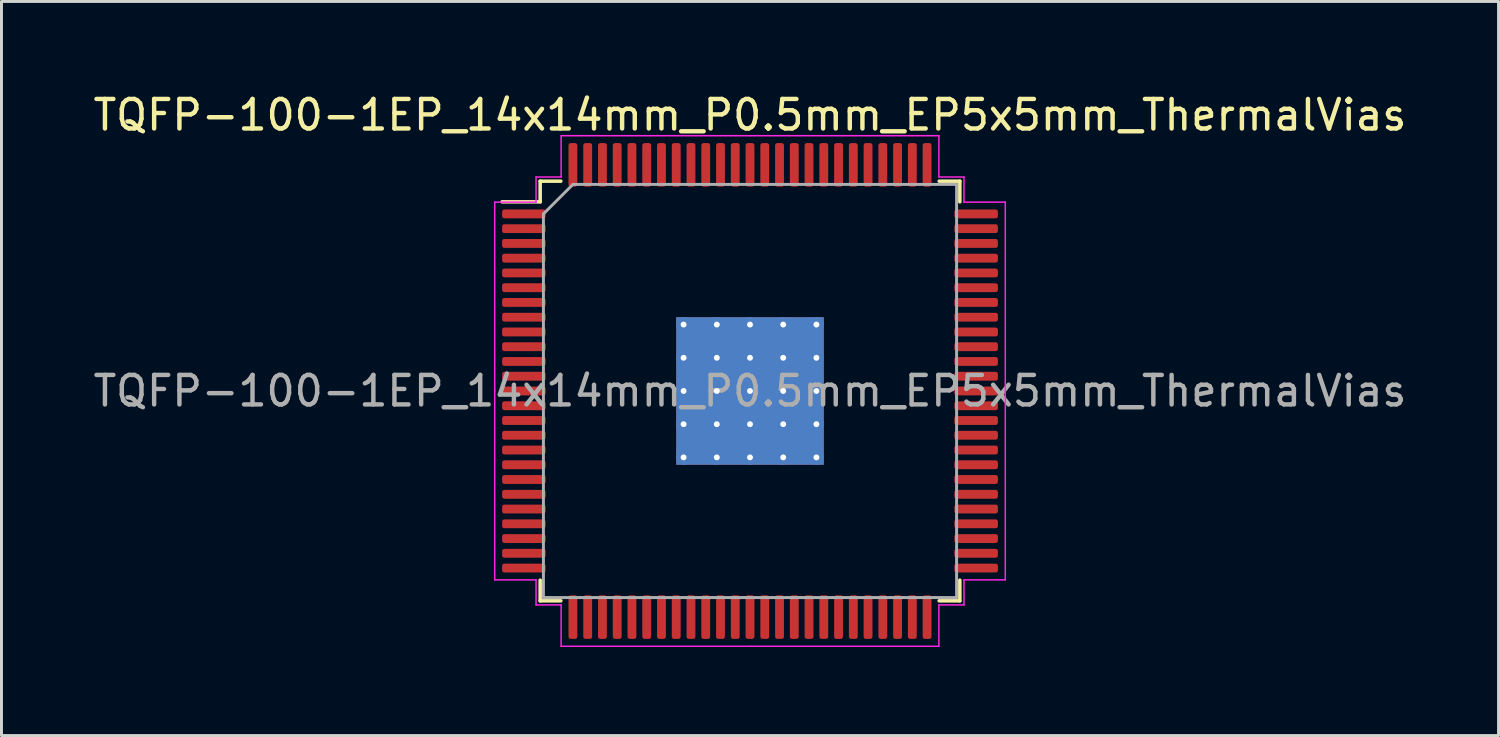
<source format=kicad_pcb>
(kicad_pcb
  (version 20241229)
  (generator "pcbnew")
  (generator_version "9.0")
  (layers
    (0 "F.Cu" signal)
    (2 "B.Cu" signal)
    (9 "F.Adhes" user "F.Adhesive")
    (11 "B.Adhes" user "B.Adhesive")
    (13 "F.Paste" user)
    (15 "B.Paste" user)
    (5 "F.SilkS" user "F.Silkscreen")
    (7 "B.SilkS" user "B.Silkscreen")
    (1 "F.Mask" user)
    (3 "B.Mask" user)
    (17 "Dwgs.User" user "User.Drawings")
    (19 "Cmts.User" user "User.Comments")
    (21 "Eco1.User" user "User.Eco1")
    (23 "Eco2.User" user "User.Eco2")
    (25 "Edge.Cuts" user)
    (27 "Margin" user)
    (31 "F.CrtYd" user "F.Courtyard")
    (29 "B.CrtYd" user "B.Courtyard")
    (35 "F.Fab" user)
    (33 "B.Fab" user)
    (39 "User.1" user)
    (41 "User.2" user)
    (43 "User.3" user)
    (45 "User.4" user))
  (footprint "TQFP-100-1EP_14x14mm_P0.5mm_EP5x5mm_ThermalVias"
    (layer "F.Cu")
    (at 22.363 10.198)
    (property "Reference" "TQFP-100-1EP_14x14mm_P0.5mm_EP5x5mm_ThermalVias" (at 0 -9.35 0) (layer "F.SilkS") (effects (font (size 1 1) (thickness 0.15))))
    (attr smd)
    (fp_line (start -7.11 -7.11) (end -7.11 -6.41) (stroke (width 0.12) (type solid)) (layer "F.SilkS"))
    (fp_line (start -7.11 -6.41) (end -8.4 -6.41) (stroke (width 0.12) (type solid)) (layer "F.SilkS"))
    (fp_line (start -7.11 7.11) (end -7.11 6.41) (stroke (width 0.12) (type solid)) (layer "F.SilkS"))
    (fp_line (start -6.41 -7.11) (end -7.11 -7.11) (stroke (width 0.12) (type solid)) (layer "F.SilkS"))
    (fp_line (start -6.41 7.11) (end -7.11 7.11) (stroke (width 0.12) (type solid)) (layer "F.SilkS"))
    (fp_line (start 6.41 -7.11) (end 7.11 -7.11) (stroke (width 0.12) (type solid)) (layer "F.SilkS"))
    (fp_line (start 6.41 7.11) (end 7.11 7.11) (stroke (width 0.12) (type solid)) (layer "F.SilkS"))
    (fp_line (start 7.11 -7.11) (end 7.11 -6.41) (stroke (width 0.12) (type solid)) (layer "F.SilkS"))
    (fp_line (start 7.11 7.11) (end 7.11 6.41) (stroke (width 0.12) (type solid)) (layer "F.SilkS"))
    (fp_line (start -8.65 -6.4) (end -8.65 0) (stroke (width 0.05) (type solid)) (layer "F.CrtYd"))
    (fp_line (start -8.65 6.4) (end -8.65 0) (stroke (width 0.05) (type solid)) (layer "F.CrtYd"))
    (fp_line (start -7.25 -7.25) (end -7.25 -6.4) (stroke (width 0.05) (type solid)) (layer "F.CrtYd"))
    (fp_line (start -7.25 -6.4) (end -8.65 -6.4) (stroke (width 0.05) (type solid)) (layer "F.CrtYd"))
    (fp_line (start -7.25 6.4) (end -8.65 6.4) (stroke (width 0.05) (type solid)) (layer "F.CrtYd"))
    (fp_line (start -7.25 7.25) (end -7.25 6.4) (stroke (width 0.05) (type solid)) (layer "F.CrtYd"))
    (fp_line (start -6.4 -8.65) (end -6.4 -7.25) (stroke (width 0.05) (type solid)) (layer "F.CrtYd"))
    (fp_line (start -6.4 -7.25) (end -7.25 -7.25) (stroke (width 0.05) (type solid)) (layer "F.CrtYd"))
    (fp_line (start -6.4 7.25) (end -7.25 7.25) (stroke (width 0.05) (type solid)) (layer "F.CrtYd"))
    (fp_line (start -6.4 8.65) (end -6.4 7.25) (stroke (width 0.05) (type solid)) (layer "F.CrtYd"))
    (fp_line (start 0 -8.65) (end -6.4 -8.65) (stroke (width 0.05) (type solid)) (layer "F.CrtYd"))
    (fp_line (start 0 -8.65) (end 6.4 -8.65) (stroke (width 0.05) (type solid)) (layer "F.CrtYd"))
    (fp_line (start 0 8.65) (end -6.4 8.65) (stroke (width 0.05) (type solid)) (layer "F.CrtYd"))
    (fp_line (start 0 8.65) (end 6.4 8.65) (stroke (width 0.05) (type solid)) (layer "F.CrtYd"))
    (fp_line (start 6.4 -8.65) (end 6.4 -7.25) (stroke (width 0.05) (type solid)) (layer "F.CrtYd"))
    (fp_line (start 6.4 -7.25) (end 7.25 -7.25) (stroke (width 0.05) (type solid)) (layer "F.CrtYd"))
    (fp_line (start 6.4 7.25) (end 7.25 7.25) (stroke (width 0.05) (type solid)) (layer "F.CrtYd"))
    (fp_line (start 6.4 8.65) (end 6.4 7.25) (stroke (width 0.05) (type solid)) (layer "F.CrtYd"))
    (fp_line (start 7.25 -7.25) (end 7.25 -6.4) (stroke (width 0.05) (type solid)) (layer "F.CrtYd"))
    (fp_line (start 7.25 -6.4) (end 8.65 -6.4) (stroke (width 0.05) (type solid)) (layer "F.CrtYd"))
    (fp_line (start 7.25 6.4) (end 8.65 6.4) (stroke (width 0.05) (type solid)) (layer "F.CrtYd"))
    (fp_line (start 7.25 7.25) (end 7.25 6.4) (stroke (width 0.05) (type solid)) (layer "F.CrtYd"))
    (fp_line (start 8.65 -6.4) (end 8.65 0) (stroke (width 0.05) (type solid)) (layer "F.CrtYd"))
    (fp_line (start 8.65 6.4) (end 8.65 0) (stroke (width 0.05) (type solid)) (layer "F.CrtYd"))
    (fp_line (start -7 -6) (end -6 -7) (stroke (width 0.1) (type solid)) (layer "F.Fab"))
    (fp_line (start -7 7) (end -7 -6) (stroke (width 0.1) (type solid)) (layer "F.Fab"))
    (fp_line (start -6 -7) (end 7 -7) (stroke (width 0.1) (type solid)) (layer "F.Fab"))
    (fp_line (start 7 -7) (end 7 7) (stroke (width 0.1) (type solid)) (layer "F.Fab"))
    (fp_line (start 7 7) (end -7 7) (stroke (width 0.1) (type solid)) (layer "F.Fab"))
    (fp_text user "${REFERENCE}" (at 0 0 0) (layer "F.Fab") (effects (font (size 1 1) (thickness 0.15))))
    (pad "" smd custom (at -1.688 -1.688) (size 0.891 0.891) (layers "F.Paste") (options (anchor circle)) (primitives (gr_poly (pts (xy 0.387 -0.29) (xy 0.387 0.29) (xy 0.29 0.387) (xy -0.29 0.387) (xy -0.387 0.29) (xy -0.387 -0.29) (xy -0.29 -0.387) (xy 0.29 -0.387)) (width 0.234) (fill yes))))
    (pad "" smd custom (at -1.688 -0.562) (size 0.891 0.891) (layers "F.Paste") (options (anchor circle)) (primitives (gr_poly (pts (xy 0.387 -0.29) (xy 0.387 0.29) (xy 0.29 0.387) (xy -0.29 0.387) (xy -0.387 0.29) (xy -0.387 -0.29) (xy -0.29 -0.387) (xy 0.29 -0.387)) (width 0.234) (fill yes))))
    (pad "" smd custom (at -1.688 0.562) (size 0.891 0.891) (layers "F.Paste") (options (anchor circle)) (primitives (gr_poly (pts (xy 0.387 -0.29) (xy 0.387 0.29) (xy 0.29 0.387) (xy -0.29 0.387) (xy -0.387 0.29) (xy -0.387 -0.29) (xy -0.29 -0.387) (xy 0.29 -0.387)) (width 0.234) (fill yes))))
    (pad "" smd custom (at -1.688 1.688) (size 0.891 0.891) (layers "F.Paste") (options (anchor circle)) (primitives (gr_poly (pts (xy 0.387 -0.29) (xy 0.387 0.29) (xy 0.29 0.387) (xy -0.29 0.387) (xy -0.387 0.29) (xy -0.387 -0.29) (xy -0.29 -0.387) (xy 0.29 -0.387)) (width 0.234) (fill yes))))
    (pad "" smd custom (at -0.562 -1.688) (size 0.891 0.891) (layers "F.Paste") (options (anchor circle)) (primitives (gr_poly (pts (xy 0.387 -0.29) (xy 0.387 0.29) (xy 0.29 0.387) (xy -0.29 0.387) (xy -0.387 0.29) (xy -0.387 -0.29) (xy -0.29 -0.387) (xy 0.29 -0.387)) (width 0.234) (fill yes))))
    (pad "" smd custom (at -0.562 -0.562) (size 0.891 0.891) (layers "F.Paste") (options (anchor circle)) (primitives (gr_poly (pts (xy 0.387 -0.29) (xy 0.387 0.29) (xy 0.29 0.387) (xy -0.29 0.387) (xy -0.387 0.29) (xy -0.387 -0.29) (xy -0.29 -0.387) (xy 0.29 -0.387)) (width 0.234) (fill yes))))
    (pad "" smd custom (at -0.562 0.562) (size 0.891 0.891) (layers "F.Paste") (options (anchor circle)) (primitives (gr_poly (pts (xy 0.387 -0.29) (xy 0.387 0.29) (xy 0.29 0.387) (xy -0.29 0.387) (xy -0.387 0.29) (xy -0.387 -0.29) (xy -0.29 -0.387) (xy 0.29 -0.387)) (width 0.234) (fill yes))))
    (pad "" smd custom (at -0.562 1.688) (size 0.891 0.891) (layers "F.Paste") (options (anchor circle)) (primitives (gr_poly (pts (xy 0.387 -0.29) (xy 0.387 0.29) (xy 0.29 0.387) (xy -0.29 0.387) (xy -0.387 0.29) (xy -0.387 -0.29) (xy -0.29 -0.387) (xy 0.29 -0.387)) (width 0.234) (fill yes))))
    (pad "" smd custom (at 0.562 -1.688) (size 0.891 0.891) (layers "F.Paste") (options (anchor circle)) (primitives (gr_poly (pts (xy 0.387 -0.29) (xy 0.387 0.29) (xy 0.29 0.387) (xy -0.29 0.387) (xy -0.387 0.29) (xy -0.387 -0.29) (xy -0.29 -0.387) (xy 0.29 -0.387)) (width 0.234) (fill yes))))
    (pad "" smd custom (at 0.562 -0.562) (size 0.891 0.891) (layers "F.Paste") (options (anchor circle)) (primitives (gr_poly (pts (xy 0.387 -0.29) (xy 0.387 0.29) (xy 0.29 0.387) (xy -0.29 0.387) (xy -0.387 0.29) (xy -0.387 -0.29) (xy -0.29 -0.387) (xy 0.29 -0.387)) (width 0.234) (fill yes))))
    (pad "" smd custom (at 0.562 0.562) (size 0.891 0.891) (layers "F.Paste") (options (anchor circle)) (primitives (gr_poly (pts (xy 0.387 -0.29) (xy 0.387 0.29) (xy 0.29 0.387) (xy -0.29 0.387) (xy -0.387 0.29) (xy -0.387 -0.29) (xy -0.29 -0.387) (xy 0.29 -0.387)) (width 0.234) (fill yes))))
    (pad "" smd custom (at 0.562 1.688) (size 0.891 0.891) (layers "F.Paste") (options (anchor circle)) (primitives (gr_poly (pts (xy 0.387 -0.29) (xy 0.387 0.29) (xy 0.29 0.387) (xy -0.29 0.387) (xy -0.387 0.29) (xy -0.387 -0.29) (xy -0.29 -0.387) (xy 0.29 -0.387)) (width 0.234) (fill yes))))
    (pad "" smd custom (at 1.688 -1.688) (size 0.891 0.891) (layers "F.Paste") (options (anchor circle)) (primitives (gr_poly (pts (xy 0.387 -0.29) (xy 0.387 0.29) (xy 0.29 0.387) (xy -0.29 0.387) (xy -0.387 0.29) (xy -0.387 -0.29) (xy -0.29 -0.387) (xy 0.29 -0.387)) (width 0.234) (fill yes))))
    (pad "" smd custom (at 1.688 -0.562) (size 0.891 0.891) (layers "F.Paste") (options (anchor circle)) (primitives (gr_poly (pts (xy 0.387 -0.29) (xy 0.387 0.29) (xy 0.29 0.387) (xy -0.29 0.387) (xy -0.387 0.29) (xy -0.387 -0.29) (xy -0.29 -0.387) (xy 0.29 -0.387)) (width 0.234) (fill yes))))
    (pad "" smd custom (at 1.688 0.562) (size 0.891 0.891) (layers "F.Paste") (options (anchor circle)) (primitives (gr_poly (pts (xy 0.387 -0.29) (xy 0.387 0.29) (xy 0.29 0.387) (xy -0.29 0.387) (xy -0.387 0.29) (xy -0.387 -0.29) (xy -0.29 -0.387) (xy 0.29 -0.387)) (width 0.234) (fill yes))))
    (pad "" smd custom (at 1.688 1.688) (size 0.891 0.891) (layers "F.Paste") (options (anchor circle)) (primitives (gr_poly (pts (xy 0.387 -0.29) (xy 0.387 0.29) (xy 0.29 0.387) (xy -0.29 0.387) (xy -0.387 0.29) (xy -0.387 -0.29) (xy -0.29 -0.387) (xy 0.29 -0.387)) (width 0.234) (fill yes))))
    (pad "1" smd roundrect (at -7.662 -6) (size 1.475 0.3) (layers "F.Cu" "F.Mask" "F.Paste") (roundrect_rratio 0.25))
    (pad "2" smd roundrect (at -7.662 -5.5) (size 1.475 0.3) (layers "F.Cu" "F.Mask" "F.Paste") (roundrect_rratio 0.25))
    (pad "3" smd roundrect (at -7.662 -5) (size 1.475 0.3) (layers "F.Cu" "F.Mask" "F.Paste") (roundrect_rratio 0.25))
    (pad "4" smd roundrect (at -7.662 -4.5) (size 1.475 0.3) (layers "F.Cu" "F.Mask" "F.Paste") (roundrect_rratio 0.25))
    (pad "5" smd roundrect (at -7.662 -4) (size 1.475 0.3) (layers "F.Cu" "F.Mask" "F.Paste") (roundrect_rratio 0.25))
    (pad "6" smd roundrect (at -7.662 -3.5) (size 1.475 0.3) (layers "F.Cu" "F.Mask" "F.Paste") (roundrect_rratio 0.25))
    (pad "7" smd roundrect (at -7.662 -3) (size 1.475 0.3) (layers "F.Cu" "F.Mask" "F.Paste") (roundrect_rratio 0.25))
    (pad "8" smd roundrect (at -7.662 -2.5) (size 1.475 0.3) (layers "F.Cu" "F.Mask" "F.Paste") (roundrect_rratio 0.25))
    (pad "9" smd roundrect (at -7.662 -2) (size 1.475 0.3) (layers "F.Cu" "F.Mask" "F.Paste") (roundrect_rratio 0.25))
    (pad "10" smd roundrect (at -7.662 -1.5) (size 1.475 0.3) (layers "F.Cu" "F.Mask" "F.Paste") (roundrect_rratio 0.25))
    (pad "11" smd roundrect (at -7.662 -1) (size 1.475 0.3) (layers "F.Cu" "F.Mask" "F.Paste") (roundrect_rratio 0.25))
    (pad "12" smd roundrect (at -7.662 -0.5) (size 1.475 0.3) (layers "F.Cu" "F.Mask" "F.Paste") (roundrect_rratio 0.25))
    (pad "13" smd roundrect (at -7.662 0) (size 1.475 0.3) (layers "F.Cu" "F.Mask" "F.Paste") (roundrect_rratio 0.25))
    (pad "14" smd roundrect (at -7.662 0.5) (size 1.475 0.3) (layers "F.Cu" "F.Mask" "F.Paste") (roundrect_rratio 0.25))
    (pad "15" smd roundrect (at -7.662 1) (size 1.475 0.3) (layers "F.Cu" "F.Mask" "F.Paste") (roundrect_rratio 0.25))
    (pad "16" smd roundrect (at -7.662 1.5) (size 1.475 0.3) (layers "F.Cu" "F.Mask" "F.Paste") (roundrect_rratio 0.25))
    (pad "17" smd roundrect (at -7.662 2) (size 1.475 0.3) (layers "F.Cu" "F.Mask" "F.Paste") (roundrect_rratio 0.25))
    (pad "18" smd roundrect (at -7.662 2.5) (size 1.475 0.3) (layers "F.Cu" "F.Mask" "F.Paste") (roundrect_rratio 0.25))
    (pad "19" smd roundrect (at -7.662 3) (size 1.475 0.3) (layers "F.Cu" "F.Mask" "F.Paste") (roundrect_rratio 0.25))
    (pad "20" smd roundrect (at -7.662 3.5) (size 1.475 0.3) (layers "F.Cu" "F.Mask" "F.Paste") (roundrect_rratio 0.25))
    (pad "21" smd roundrect (at -7.662 4) (size 1.475 0.3) (layers "F.Cu" "F.Mask" "F.Paste") (roundrect_rratio 0.25))
    (pad "22" smd roundrect (at -7.662 4.5) (size 1.475 0.3) (layers "F.Cu" "F.Mask" "F.Paste") (roundrect_rratio 0.25))
    (pad "23" smd roundrect (at -7.662 5) (size 1.475 0.3) (layers "F.Cu" "F.Mask" "F.Paste") (roundrect_rratio 0.25))
    (pad "24" smd roundrect (at -7.662 5.5) (size 1.475 0.3) (layers "F.Cu" "F.Mask" "F.Paste") (roundrect_rratio 0.25))
    (pad "25" smd roundrect (at -7.662 6) (size 1.475 0.3) (layers "F.Cu" "F.Mask" "F.Paste") (roundrect_rratio 0.25))
    (pad "26" smd roundrect (at -6 7.662) (size 0.3 1.475) (layers "F.Cu" "F.Mask" "F.Paste") (roundrect_rratio 0.25))
    (pad "27" smd roundrect (at -5.5 7.662) (size 0.3 1.475) (layers "F.Cu" "F.Mask" "F.Paste") (roundrect_rratio 0.25))
    (pad "28" smd roundrect (at -5 7.662) (size 0.3 1.475) (layers "F.Cu" "F.Mask" "F.Paste") (roundrect_rratio 0.25))
    (pad "29" smd roundrect (at -4.5 7.662) (size 0.3 1.475) (layers "F.Cu" "F.Mask" "F.Paste") (roundrect_rratio 0.25))
    (pad "30" smd roundrect (at -4 7.662) (size 0.3 1.475) (layers "F.Cu" "F.Mask" "F.Paste") (roundrect_rratio 0.25))
    (pad "31" smd roundrect (at -3.5 7.662) (size 0.3 1.475) (layers "F.Cu" "F.Mask" "F.Paste") (roundrect_rratio 0.25))
    (pad "32" smd roundrect (at -3 7.662) (size 0.3 1.475) (layers "F.Cu" "F.Mask" "F.Paste") (roundrect_rratio 0.25))
    (pad "33" smd roundrect (at -2.5 7.662) (size 0.3 1.475) (layers "F.Cu" "F.Mask" "F.Paste") (roundrect_rratio 0.25))
    (pad "34" smd roundrect (at -2 7.662) (size 0.3 1.475) (layers "F.Cu" "F.Mask" "F.Paste") (roundrect_rratio 0.25))
    (pad "35" smd roundrect (at -1.5 7.662) (size 0.3 1.475) (layers "F.Cu" "F.Mask" "F.Paste") (roundrect_rratio 0.25))
    (pad "36" smd roundrect (at -1 7.662) (size 0.3 1.475) (layers "F.Cu" "F.Mask" "F.Paste") (roundrect_rratio 0.25))
    (pad "37" smd roundrect (at -0.5 7.662) (size 0.3 1.475) (layers "F.Cu" "F.Mask" "F.Paste") (roundrect_rratio 0.25))
    (pad "38" smd roundrect (at 0 7.662) (size 0.3 1.475) (layers "F.Cu" "F.Mask" "F.Paste") (roundrect_rratio 0.25))
    (pad "39" smd roundrect (at 0.5 7.662) (size 0.3 1.475) (layers "F.Cu" "F.Mask" "F.Paste") (roundrect_rratio 0.25))
    (pad "40" smd roundrect (at 1 7.662) (size 0.3 1.475) (layers "F.Cu" "F.Mask" "F.Paste") (roundrect_rratio 0.25))
    (pad "41" smd roundrect (at 1.5 7.662) (size 0.3 1.475) (layers "F.Cu" "F.Mask" "F.Paste") (roundrect_rratio 0.25))
    (pad "42" smd roundrect (at 2 7.662) (size 0.3 1.475) (layers "F.Cu" "F.Mask" "F.Paste") (roundrect_rratio 0.25))
    (pad "43" smd roundrect (at 2.5 7.662) (size 0.3 1.475) (layers "F.Cu" "F.Mask" "F.Paste") (roundrect_rratio 0.25))
    (pad "44" smd roundrect (at 3 7.662) (size 0.3 1.475) (layers "F.Cu" "F.Mask" "F.Paste") (roundrect_rratio 0.25))
    (pad "45" smd roundrect (at 3.5 7.662) (size 0.3 1.475) (layers "F.Cu" "F.Mask" "F.Paste") (roundrect_rratio 0.25))
    (pad "46" smd roundrect (at 4 7.662) (size 0.3 1.475) (layers "F.Cu" "F.Mask" "F.Paste") (roundrect_rratio 0.25))
    (pad "47" smd roundrect (at 4.5 7.662) (size 0.3 1.475) (layers "F.Cu" "F.Mask" "F.Paste") (roundrect_rratio 0.25))
    (pad "48" smd roundrect (at 5 7.662) (size 0.3 1.475) (layers "F.Cu" "F.Mask" "F.Paste") (roundrect_rratio 0.25))
    (pad "49" smd roundrect (at 5.5 7.662) (size 0.3 1.475) (layers "F.Cu" "F.Mask" "F.Paste") (roundrect_rratio 0.25))
    (pad "50" smd roundrect (at 6 7.662) (size 0.3 1.475) (layers "F.Cu" "F.Mask" "F.Paste") (roundrect_rratio 0.25))
    (pad "51" smd roundrect (at 7.662 6) (size 1.475 0.3) (layers "F.Cu" "F.Mask" "F.Paste") (roundrect_rratio 0.25))
    (pad "52" smd roundrect (at 7.662 5.5) (size 1.475 0.3) (layers "F.Cu" "F.Mask" "F.Paste") (roundrect_rratio 0.25))
    (pad "53" smd roundrect (at 7.662 5) (size 1.475 0.3) (layers "F.Cu" "F.Mask" "F.Paste") (roundrect_rratio 0.25))
    (pad "54" smd roundrect (at 7.662 4.5) (size 1.475 0.3) (layers "F.Cu" "F.Mask" "F.Paste") (roundrect_rratio 0.25))
    (pad "55" smd roundrect (at 7.662 4) (size 1.475 0.3) (layers "F.Cu" "F.Mask" "F.Paste") (roundrect_rratio 0.25))
    (pad "56" smd roundrect (at 7.662 3.5) (size 1.475 0.3) (layers "F.Cu" "F.Mask" "F.Paste") (roundrect_rratio 0.25))
    (pad "57" smd roundrect (at 7.662 3) (size 1.475 0.3) (layers "F.Cu" "F.Mask" "F.Paste") (roundrect_rratio 0.25))
    (pad "58" smd roundrect (at 7.662 2.5) (size 1.475 0.3) (layers "F.Cu" "F.Mask" "F.Paste") (roundrect_rratio 0.25))
    (pad "59" smd roundrect (at 7.662 2) (size 1.475 0.3) (layers "F.Cu" "F.Mask" "F.Paste") (roundrect_rratio 0.25))
    (pad "60" smd roundrect (at 7.662 1.5) (size 1.475 0.3) (layers "F.Cu" "F.Mask" "F.Paste") (roundrect_rratio 0.25))
    (pad "61" smd roundrect (at 7.662 1) (size 1.475 0.3) (layers "F.Cu" "F.Mask" "F.Paste") (roundrect_rratio 0.25))
    (pad "62" smd roundrect (at 7.662 0.5) (size 1.475 0.3) (layers "F.Cu" "F.Mask" "F.Paste") (roundrect_rratio 0.25))
    (pad "63" smd roundrect (at 7.662 0) (size 1.475 0.3) (layers "F.Cu" "F.Mask" "F.Paste") (roundrect_rratio 0.25))
    (pad "64" smd roundrect (at 7.662 -0.5) (size 1.475 0.3) (layers "F.Cu" "F.Mask" "F.Paste") (roundrect_rratio 0.25))
    (pad "65" smd roundrect (at 7.662 -1) (size 1.475 0.3) (layers "F.Cu" "F.Mask" "F.Paste") (roundrect_rratio 0.25))
    (pad "66" smd roundrect (at 7.662 -1.5) (size 1.475 0.3) (layers "F.Cu" "F.Mask" "F.Paste") (roundrect_rratio 0.25))
    (pad "67" smd roundrect (at 7.662 -2) (size 1.475 0.3) (layers "F.Cu" "F.Mask" "F.Paste") (roundrect_rratio 0.25))
    (pad "68" smd roundrect (at 7.662 -2.5) (size 1.475 0.3) (layers "F.Cu" "F.Mask" "F.Paste") (roundrect_rratio 0.25))
    (pad "69" smd roundrect (at 7.662 -3) (size 1.475 0.3) (layers "F.Cu" "F.Mask" "F.Paste") (roundrect_rratio 0.25))
    (pad "70" smd roundrect (at 7.662 -3.5) (size 1.475 0.3) (layers "F.Cu" "F.Mask" "F.Paste") (roundrect_rratio 0.25))
    (pad "71" smd roundrect (at 7.662 -4) (size 1.475 0.3) (layers "F.Cu" "F.Mask" "F.Paste") (roundrect_rratio 0.25))
    (pad "72" smd roundrect (at 7.662 -4.5) (size 1.475 0.3) (layers "F.Cu" "F.Mask" "F.Paste") (roundrect_rratio 0.25))
    (pad "73" smd roundrect (at 7.662 -5) (size 1.475 0.3) (layers "F.Cu" "F.Mask" "F.Paste") (roundrect_rratio 0.25))
    (pad "74" smd roundrect (at 7.662 -5.5) (size 1.475 0.3) (layers "F.Cu" "F.Mask" "F.Paste") (roundrect_rratio 0.25))
    (pad "75" smd roundrect (at 7.662 -6) (size 1.475 0.3) (layers "F.Cu" "F.Mask" "F.Paste") (roundrect_rratio 0.25))
    (pad "76" smd roundrect (at 6 -7.662) (size 0.3 1.475) (layers "F.Cu" "F.Mask" "F.Paste") (roundrect_rratio 0.25))
    (pad "77" smd roundrect (at 5.5 -7.662) (size 0.3 1.475) (layers "F.Cu" "F.Mask" "F.Paste") (roundrect_rratio 0.25))
    (pad "78" smd roundrect (at 5 -7.662) (size 0.3 1.475) (layers "F.Cu" "F.Mask" "F.Paste") (roundrect_rratio 0.25))
    (pad "79" smd roundrect (at 4.5 -7.662) (size 0.3 1.475) (layers "F.Cu" "F.Mask" "F.Paste") (roundrect_rratio 0.25))
    (pad "80" smd roundrect (at 4 -7.662) (size 0.3 1.475) (layers "F.Cu" "F.Mask" "F.Paste") (roundrect_rratio 0.25))
    (pad "81" smd roundrect (at 3.5 -7.662) (size 0.3 1.475) (layers "F.Cu" "F.Mask" "F.Paste") (roundrect_rratio 0.25))
    (pad "82" smd roundrect (at 3 -7.662) (size 0.3 1.475) (layers "F.Cu" "F.Mask" "F.Paste") (roundrect_rratio 0.25))
    (pad "83" smd roundrect (at 2.5 -7.662) (size 0.3 1.475) (layers "F.Cu" "F.Mask" "F.Paste") (roundrect_rratio 0.25))
    (pad "84" smd roundrect (at 2 -7.662) (size 0.3 1.475) (layers "F.Cu" "F.Mask" "F.Paste") (roundrect_rratio 0.25))
    (pad "85" smd roundrect (at 1.5 -7.662) (size 0.3 1.475) (layers "F.Cu" "F.Mask" "F.Paste") (roundrect_rratio 0.25))
    (pad "86" smd roundrect (at 1 -7.662) (size 0.3 1.475) (layers "F.Cu" "F.Mask" "F.Paste") (roundrect_rratio 0.25))
    (pad "87" smd roundrect (at 0.5 -7.662) (size 0.3 1.475) (layers "F.Cu" "F.Mask" "F.Paste") (roundrect_rratio 0.25))
    (pad "88" smd roundrect (at 0 -7.662) (size 0.3 1.475) (layers "F.Cu" "F.Mask" "F.Paste") (roundrect_rratio 0.25))
    (pad "89" smd roundrect (at -0.5 -7.662) (size 0.3 1.475) (layers "F.Cu" "F.Mask" "F.Paste") (roundrect_rratio 0.25))
    (pad "90" smd roundrect (at -1 -7.662) (size 0.3 1.475) (layers "F.Cu" "F.Mask" "F.Paste") (roundrect_rratio 0.25))
    (pad "91" smd roundrect (at -1.5 -7.662) (size 0.3 1.475) (layers "F.Cu" "F.Mask" "F.Paste") (roundrect_rratio 0.25))
    (pad "92" smd roundrect (at -2 -7.662) (size 0.3 1.475) (layers "F.Cu" "F.Mask" "F.Paste") (roundrect_rratio 0.25))
    (pad "93" smd roundrect (at -2.5 -7.662) (size 0.3 1.475) (layers "F.Cu" "F.Mask" "F.Paste") (roundrect_rratio 0.25))
    (pad "94" smd roundrect (at -3 -7.662) (size 0.3 1.475) (layers "F.Cu" "F.Mask" "F.Paste") (roundrect_rratio 0.25))
    (pad "95" smd roundrect (at -3.5 -7.662) (size 0.3 1.475) (layers "F.Cu" "F.Mask" "F.Paste") (roundrect_rratio 0.25))
    (pad "96" smd roundrect (at -4 -7.662) (size 0.3 1.475) (layers "F.Cu" "F.Mask" "F.Paste") (roundrect_rratio 0.25))
    (pad "97" smd roundrect (at -4.5 -7.662) (size 0.3 1.475) (layers "F.Cu" "F.Mask" "F.Paste") (roundrect_rratio 0.25))
    (pad "98" smd roundrect (at -5 -7.662) (size 0.3 1.475) (layers "F.Cu" "F.Mask" "F.Paste") (roundrect_rratio 0.25))
    (pad "99" smd roundrect (at -5.5 -7.662) (size 0.3 1.475) (layers "F.Cu" "F.Mask" "F.Paste") (roundrect_rratio 0.25))
    (pad "100" smd roundrect (at -6 -7.662) (size 0.3 1.475) (layers "F.Cu" "F.Mask" "F.Paste") (roundrect_rratio 0.25))
    (pad "101" thru_hole circle (at -2.25 -2.25) (size 0.5 0.5) (drill 0.2) (layers "*.Cu"))
    (pad "101" thru_hole circle (at -2.25 -1.125) (size 0.5 0.5) (drill 0.2) (layers "*.Cu"))
    (pad "101" thru_hole circle (at -2.25 0) (size 0.5 0.5) (drill 0.2) (layers "*.Cu"))
    (pad "101" thru_hole circle (at -2.25 1.125) (size 0.5 0.5) (drill 0.2) (layers "*.Cu"))
    (pad "101" thru_hole circle (at -2.25 2.25) (size 0.5 0.5) (drill 0.2) (layers "*.Cu"))
    (pad "101" thru_hole circle (at -1.125 -2.25) (size 0.5 0.5) (drill 0.2) (layers "*.Cu"))
    (pad "101" thru_hole circle (at -1.125 -1.125) (size 0.5 0.5) (drill 0.2) (layers "*.Cu"))
    (pad "101" thru_hole circle (at -1.125 0) (size 0.5 0.5) (drill 0.2) (layers "*.Cu"))
    (pad "101" thru_hole circle (at -1.125 1.125) (size 0.5 0.5) (drill 0.2) (layers "*.Cu"))
    (pad "101" thru_hole circle (at -1.125 2.25) (size 0.5 0.5) (drill 0.2) (layers "*.Cu"))
    (pad "101" thru_hole circle (at 0 -2.25) (size 0.5 0.5) (drill 0.2) (layers "*.Cu"))
    (pad "101" thru_hole circle (at 0 -1.125) (size 0.5 0.5) (drill 0.2) (layers "*.Cu"))
    (pad "101" thru_hole circle (at 0 0) (size 0.5 0.5) (drill 0.2) (layers "*.Cu"))
    (pad "101" smd rect (at 0 0) (size 5 5) (layers "F.Cu" "F.Mask"))
    (pad "101" smd rect (at 0 0) (size 5 5) (layers "B.Cu"))
    (pad "101" thru_hole circle (at 0 1.125) (size 0.5 0.5) (drill 0.2) (layers "*.Cu"))
    (pad "101" thru_hole circle (at 0 2.25) (size 0.5 0.5) (drill 0.2) (layers "*.Cu"))
    (pad "101" thru_hole circle (at 1.125 -2.25) (size 0.5 0.5) (drill 0.2) (layers "*.Cu"))
    (pad "101" thru_hole circle (at 1.125 -1.125) (size 0.5 0.5) (drill 0.2) (layers "*.Cu"))
    (pad "101" thru_hole circle (at 1.125 0) (size 0.5 0.5) (drill 0.2) (layers "*.Cu"))
    (pad "101" thru_hole circle (at 1.125 1.125) (size 0.5 0.5) (drill 0.2) (layers "*.Cu"))
    (pad "101" thru_hole circle (at 1.125 2.25) (size 0.5 0.5) (drill 0.2) (layers "*.Cu"))
    (pad "101" thru_hole circle (at 2.25 -2.25) (size 0.5 0.5) (drill 0.2) (layers "*.Cu"))
    (pad "101" thru_hole circle (at 2.25 -1.125) (size 0.5 0.5) (drill 0.2) (layers "*.Cu"))
    (pad "101" thru_hole circle (at 2.25 0) (size 0.5 0.5) (drill 0.2) (layers "*.Cu"))
    (pad "101" thru_hole circle (at 2.25 1.125) (size 0.5 0.5) (drill 0.2) (layers "*.Cu"))
    (pad "101" thru_hole circle (at 2.25 2.25) (size 0.5 0.5) (drill 0.2) (layers "*.Cu")))
  (gr_rect
    (start -3 -3)
    (end 47.726 21.873)
    (stroke (width 0.1) (type default))
    (fill no)
    (layer "Edge.Cuts")))
</source>
